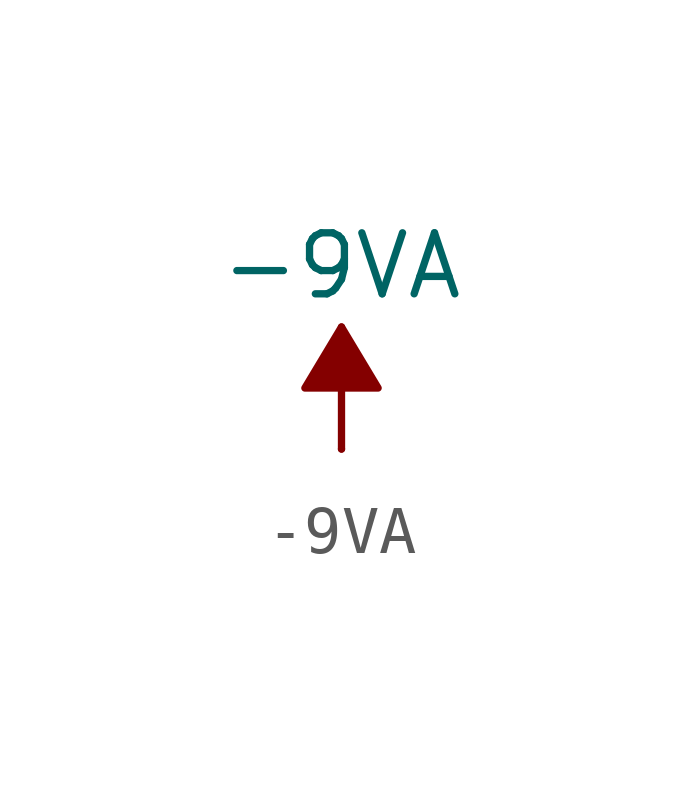
<source format=kicad_sym>
(kicad_symbol_lib
  (version 20231120)
  (generator "kicad_symbol_editor")
  (generator_version "8.0")
  (symbol "-9VA"
    (power)
    (pin_numbers hide)
    (pin_names
      (offset 0) hide)
    (property "Reference" "#PWR"
      (at 0 -3.175 0)
      (effects (font (size 1.27 1.27)) (hide yes)))
    (property "Value" "-9VA"
      (at 0 3.81 0)
      (effects (font (size 1.27 1.27))))
    (symbol "-9VA_0_1"
      (polyline (pts (xy 0 0) (xy 0 2.54)) (stroke (width 0) (type default)) (fill (type none)))
      (polyline (pts (xy 0.762 1.27) (xy -0.762 1.27) (xy 0 2.54) (xy 0.762 1.27)) (stroke (width 0) (type default)) (fill (type outline))))
    (symbol "-9VA_1_1"
      (pin power_in line (at 0 0 90) (length 0) (name "~" (effects (font (size 1.27 1.27)))) (number "1" (effects (font (size 1.27 1.27))))))))
</source>
